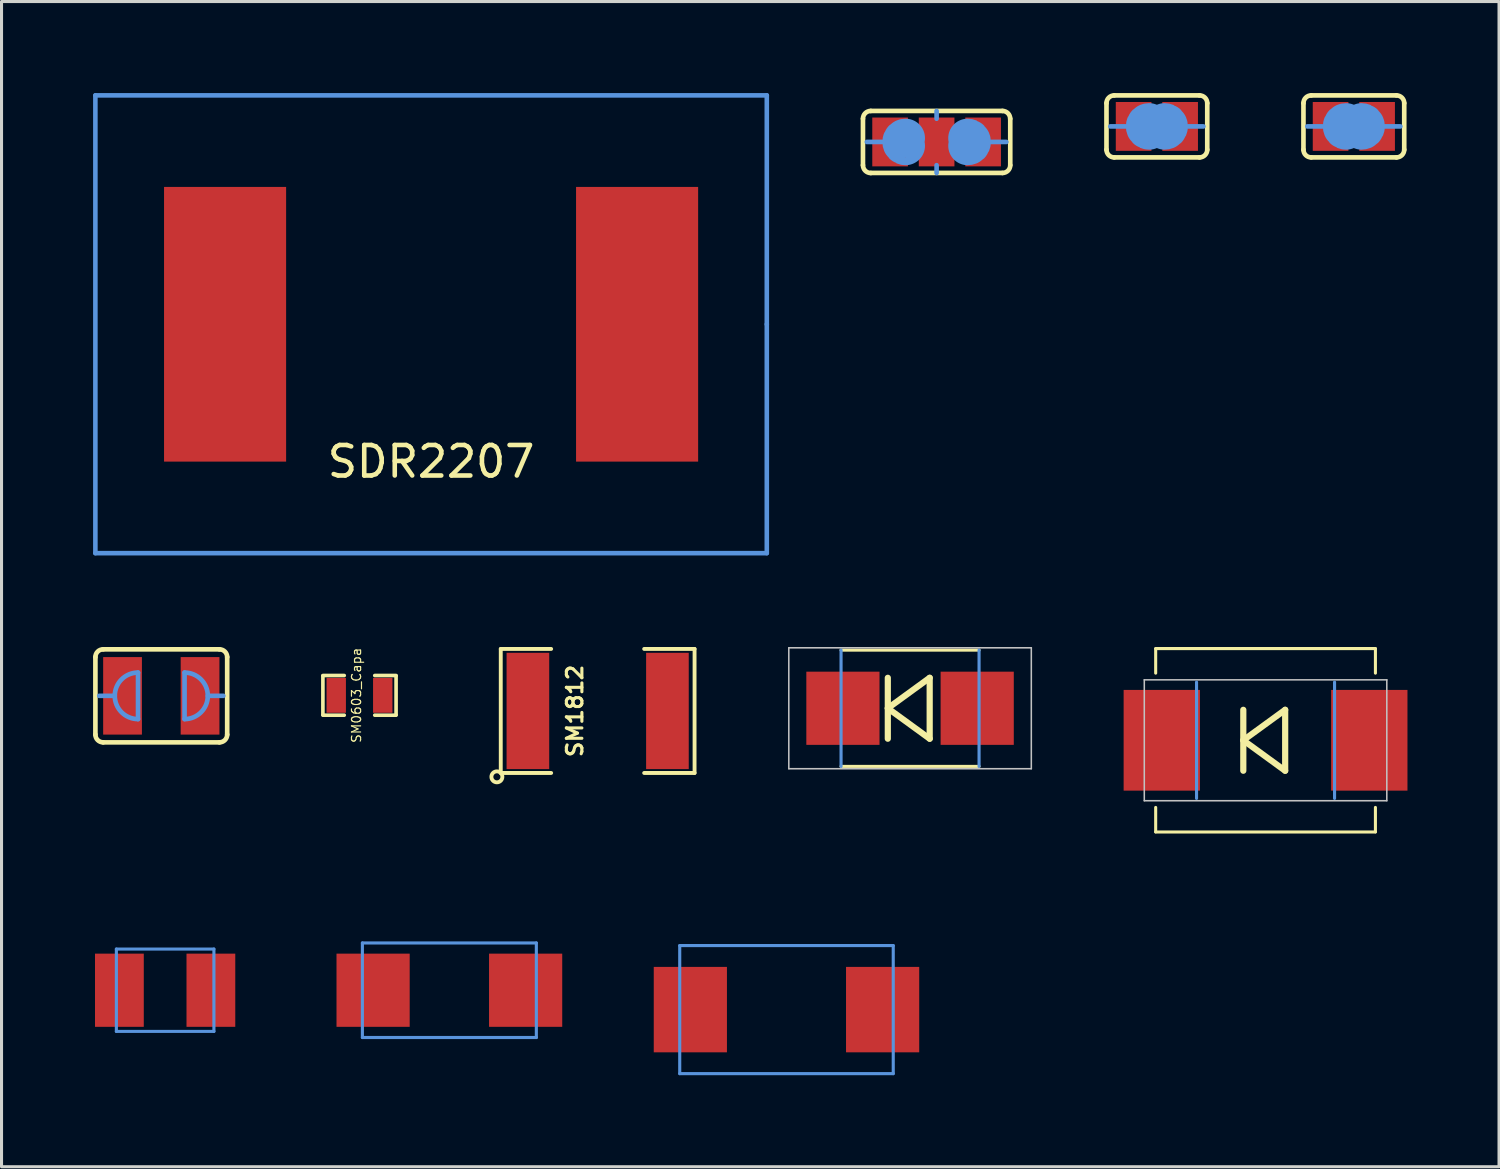
<source format=kicad_pcb>
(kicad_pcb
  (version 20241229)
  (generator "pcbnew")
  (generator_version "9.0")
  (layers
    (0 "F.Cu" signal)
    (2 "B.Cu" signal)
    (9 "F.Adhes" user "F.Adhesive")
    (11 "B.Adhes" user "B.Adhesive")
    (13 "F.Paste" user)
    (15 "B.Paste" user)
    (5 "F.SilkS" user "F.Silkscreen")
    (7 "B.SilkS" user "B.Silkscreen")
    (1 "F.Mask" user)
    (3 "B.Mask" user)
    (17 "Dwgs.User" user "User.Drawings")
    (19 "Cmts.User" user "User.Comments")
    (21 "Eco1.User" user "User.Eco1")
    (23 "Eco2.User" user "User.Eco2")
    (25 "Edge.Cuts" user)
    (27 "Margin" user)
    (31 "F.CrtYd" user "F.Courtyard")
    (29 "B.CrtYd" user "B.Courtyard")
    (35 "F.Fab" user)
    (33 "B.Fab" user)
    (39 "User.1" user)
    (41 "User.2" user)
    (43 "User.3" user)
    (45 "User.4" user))
  (footprint "SJ_WIDE"
    (layer "F.Cu")
    (at 2.235 19.75)
    (property "Reference" "SJ_WIDE" (at 0.05 1.15 0) (layer "Eco1.User") (effects (font (size 0.3 0.3) (thickness 0.075))))
    (attr through_hole)
    (fp_line (start -2.159 1.27) (end -2.159 -1.27) (stroke (width 0.152) (type solid)) (layer "F.SilkS"))
    (fp_line (start -1.905 -1.524) (end 1.905 -1.524) (stroke (width 0.152) (type solid)) (layer "F.SilkS"))
    (fp_line (start 1.905 1.524) (end -1.905 1.524) (stroke (width 0.152) (type solid)) (layer "F.SilkS"))
    (fp_line (start 2.159 1.27) (end 2.159 -1.27) (stroke (width 0.152) (type solid)) (layer "F.SilkS"))
    (fp_arc (start -2.159 -1.27) (mid -2.084605 -1.449605) (end -1.905 -1.524) (stroke (width 0.1524) (type solid)) (layer "F.SilkS"))
    (fp_arc (start -1.905 1.524) (mid -2.084605 1.449605) (end -2.159 1.27) (stroke (width 0.1524) (type solid)) (layer "F.SilkS"))
    (fp_arc (start 1.905 -1.524) (mid 2.084605 -1.449605) (end 2.159 -1.27) (stroke (width 0.1524) (type solid)) (layer "F.SilkS"))
    (fp_arc (start 2.159 1.27) (mid 2.084605 1.449605) (end 1.905 1.524) (stroke (width 0.1524) (type solid)) (layer "F.SilkS"))
    (fp_line (start -1.524 0) (end -2.032 0) (stroke (width 0.152) (type solid)) (layer "Cmts.User"))
    (fp_line (start -0.762 -0.762) (end -0.762 0.762) (stroke (width 0.152) (type solid)) (layer "Cmts.User"))
    (fp_line (start 0.762 -0.762) (end 0.762 0.762) (stroke (width 0.152) (type solid)) (layer "Cmts.User"))
    (fp_line (start 1.524 0) (end 2.032 0) (stroke (width 0.152) (type solid)) (layer "Cmts.User"))
    (fp_arc (start -0.762 0.762) (mid -1.524 0) (end -0.762 -0.762) (stroke (width 0.1524) (type solid)) (layer "Cmts.User"))
    (fp_arc (start 0.762 -0.762) (mid 1.524 0) (end 0.762 0.762) (stroke (width 0.1524) (type solid)) (layer "Cmts.User"))
    (pad "1" smd rect (at -1.27 0) (size 1.27 2.54) (layers "F.Cu" "F.Mask"))
    (pad "2" smd rect (at 1.27 0) (size 1.27 2.54) (layers "F.Cu" "F.Mask")))
  (footprint "SJ_OPEN"
    (layer "F.Cu")
    (at 34.856 1.092)
    (property "Reference" "SJ_OPEN" (at 0 0.7 0) (layer "Eco1.User") (effects (font (size 0.254 0.254) (thickness 0.064))))
    (attr through_hole)
    (fp_line (start -1.651 0.762) (end -1.651 -0.762) (stroke (width 0.152) (type solid)) (layer "F.SilkS"))
    (fp_line (start -1.397 -1.016) (end 1.397 -1.016) (stroke (width 0.152) (type solid)) (layer "F.SilkS"))
    (fp_line (start 1.397 1.016) (end -1.397 1.016) (stroke (width 0.152) (type solid)) (layer "F.SilkS"))
    (fp_line (start 1.651 0.762) (end 1.651 -0.762) (stroke (width 0.152) (type solid)) (layer "F.SilkS"))
    (fp_arc (start -1.651 -0.762) (mid -1.576605 -0.941605) (end -1.397 -1.016) (stroke (width 0.1524) (type solid)) (layer "F.SilkS"))
    (fp_arc (start -1.397 1.016) (mid -1.576605 0.941605) (end -1.651 0.762) (stroke (width 0.1524) (type solid)) (layer "F.SilkS"))
    (fp_arc (start 1.397 -1.016) (mid 1.576605 -0.941605) (end 1.651 -0.762) (stroke (width 0.1524) (type solid)) (layer "F.SilkS"))
    (fp_arc (start 1.651 0.762) (mid 1.576605 0.941605) (end 1.397 1.016) (stroke (width 0.1524) (type solid)) (layer "F.SilkS"))
    (fp_line (start -1.016 0) (end -1.524 0) (stroke (width 0.152) (type solid)) (layer "Cmts.User"))
    (fp_line (start 1.016 0) (end 1.524 0) (stroke (width 0.152) (type solid)) (layer "Cmts.User"))
    (fp_arc (start -0.254 0.127) (mid -0.381 0) (end -0.254 -0.127) (stroke (width 1.27) (type solid)) (layer "Cmts.User"))
    (fp_arc (start 0.254 -0.127) (mid 0.381 0) (end 0.254 0.127) (stroke (width 1.27) (type solid)) (layer "Cmts.User"))
    (pad "1" smd rect (at -0.762 0) (size 1.168 1.6) (layers "F.Cu" "F.Mask"))
    (pad "2" smd rect (at 0.762 0) (size 1.168 1.6) (layers "F.Cu" "F.Mask")))
  (footprint "SMB-DIODE"
    (layer "F.Cu")
    (at 26.769 20.157)
    (property "Reference" "SMB-DIODE" (at 0 -1.5 0) (layer "Eco1.User") (effects (font (size 0.25 0.25) (thickness 0.062))))
    (attr through_hole)
    (fp_line (start -2.261 -1.905) (end 2.261 -1.905) (stroke (width 0.102) (type solid)) (layer "F.SilkS"))
    (fp_line (start -2.261 1.905) (end 2.261 1.905) (stroke (width 0.102) (type solid)) (layer "F.SilkS"))
    (fp_line (start -0.729 -0.998) (end -0.729 0.998) (stroke (width 0.203) (type solid)) (layer "F.SilkS"))
    (fp_line (start -0.729 0) (end 0.643 0.998) (stroke (width 0.203) (type solid)) (layer "F.SilkS"))
    (fp_line (start 0.643 -0.998) (end -0.729 0) (stroke (width 0.203) (type solid)) (layer "F.SilkS"))
    (fp_line (start 0.643 0.998) (end 0.643 -0.998) (stroke (width 0.203) (type solid)) (layer "F.SilkS"))
    (fp_line (start -3.973 -1.981) (end 3.973 -1.981) (stroke (width 0.051) (type solid)) (layer "Dwgs.User"))
    (fp_line (start -3.973 1.981) (end -3.973 -1.981) (stroke (width 0.051) (type solid)) (layer "Dwgs.User"))
    (fp_line (start 3.973 -1.981) (end 3.973 1.981) (stroke (width 0.051) (type solid)) (layer "Dwgs.User"))
    (fp_line (start 3.973 1.981) (end -3.973 1.981) (stroke (width 0.051) (type solid)) (layer "Dwgs.User"))
    (fp_line (start -2.261 1.905) (end -2.261 -1.905) (stroke (width 0.102) (type solid)) (layer "Cmts.User"))
    (fp_line (start 2.261 1.905) (end 2.261 -1.905) (stroke (width 0.102) (type solid)) (layer "Cmts.User"))
    (pad "A" smd rect (at 2.2 0) (size 2.398 2.398) (layers "F.Cu" "F.Mask" "F.Paste"))
    (pad "K" smd rect (at -2.2 0) (size 2.398 2.398) (layers "F.Cu" "F.Mask" "F.Paste")))
  (footprint "SDR2207"
    (layer "F.Cu")
    (at 11.075 7.575)
    (property "Reference" "SDR2207" (at 0 4.5 0) (layer "F.SilkS") (effects (font (size 1 1) (thickness 0.15))))
    (attr through_hole)
    (fp_line (start -11 -7.5) (end -11 7.5) (stroke (width 0.15) (type solid)) (layer "Cmts.User"))
    (fp_line (start -11 7.5) (end 11 7.5) (stroke (width 0.15) (type solid)) (layer "Cmts.User"))
    (fp_line (start 11 -7.5) (end -11 -7.5) (stroke (width 0.15) (type solid)) (layer "Cmts.User"))
    (fp_line (start 11 0) (end 11 -7.5) (stroke (width 0.15) (type solid)) (layer "Cmts.User"))
    (fp_line (start 11 7.5) (end 11 0) (stroke (width 0.15) (type solid)) (layer "Cmts.User"))
    (pad "1" smd rect (at 6.75 0) (size 4 9) (layers "F.Cu" "F.Mask" "F.Paste"))
    (pad "2" smd rect (at -6.75 0) (size 4 9) (layers "F.Cu" "F.Mask" "F.Paste")))
  (footprint "SJ_2"
    (layer "F.Cu")
    (at 27.639 1.601)
    (property "Reference" "SJ_2" (at 0.127 -0.635 0) (layer "Eco1.User") (effects (font (size 1.27 1.27) (thickness 0.127))))
    (attr through_hole)
    (fp_line (start -2.413 0.762) (end -2.413 -0.762) (stroke (width 0.152) (type solid)) (layer "F.SilkS"))
    (fp_line (start -2.159 -1.016) (end 2.159 -1.016) (stroke (width 0.152) (type solid)) (layer "F.SilkS"))
    (fp_line (start 2.159 1.016) (end -2.159 1.016) (stroke (width 0.152) (type solid)) (layer "F.SilkS"))
    (fp_line (start 2.413 0.762) (end 2.413 -0.762) (stroke (width 0.152) (type solid)) (layer "F.SilkS"))
    (fp_arc (start -2.413 -0.762) (mid -2.338605 -0.941605) (end -2.159 -1.016) (stroke (width 0.1524) (type solid)) (layer "F.SilkS"))
    (fp_arc (start -2.15646 1.01854) (mid -2.337861 0.943401) (end -2.413 0.762) (stroke (width 0.1524) (type solid)) (layer "F.SilkS"))
    (fp_arc (start 2.159 -1.016) (mid 2.337861 -0.939809) (end 2.41046 -0.75946) (stroke (width 0.1524) (type solid)) (layer "F.SilkS"))
    (fp_arc (start 2.413 0.762) (mid 2.338605 0.941605) (end 2.159 1.016) (stroke (width 0.1524) (type solid)) (layer "F.SilkS"))
    (fp_line (start -1.778 0) (end -2.286 0) (stroke (width 0.152) (type solid)) (layer "Cmts.User"))
    (fp_line (start 0 -0.762) (end 0 -1.016) (stroke (width 0.152) (type solid)) (layer "Cmts.User"))
    (fp_line (start 0 1.016) (end 0 0.762) (stroke (width 0.152) (type solid)) (layer "Cmts.User"))
    (fp_line (start 1.778 0) (end 2.286 0) (stroke (width 0.152) (type solid)) (layer "Cmts.User"))
    (fp_arc (start -1.016 0.127) (mid -1.143 0) (end -1.016 -0.127) (stroke (width 1.27) (type solid)) (layer "Cmts.User"))
    (fp_arc (start 1.016 -0.127) (mid 1.143 0) (end 1.016 0.127) (stroke (width 1.27) (type solid)) (layer "Cmts.User"))
    (pad "1" smd rect (at -1.524 0) (size 1.168 1.6) (layers "F.Cu" "F.Mask"))
    (pad "2" smd rect (at 0 0) (size 1.168 1.6) (layers "F.Cu" "F.Mask"))
    (pad "3" smd rect (at 1.524 0) (size 1.168 1.6) (layers "F.Cu" "F.Mask")))
  (footprint "SMC_E"
    (layer "F.Cu")
    (at 22.72 30.031)
    (property "Reference" "SMC_E" (at -0.508 -2.032 0) (layer "Eco1.User") (effects (font (size 1.016 1.016) (thickness 0.081))))
    (attr through_hole)
    (fp_line (start -3.498 -2.098) (end 3.498 -2.098) (stroke (width 0.102) (type solid)) (layer "Cmts.User"))
    (fp_line (start -3.498 2.098) (end -3.498 -2.098) (stroke (width 0.102) (type solid)) (layer "Cmts.User"))
    (fp_line (start 3.498 -2.098) (end 3.498 2.098) (stroke (width 0.102) (type solid)) (layer "Cmts.User"))
    (fp_line (start 3.498 2.098) (end -3.498 2.098) (stroke (width 0.102) (type solid)) (layer "Cmts.User"))
    (pad "+" smd rect (at -3.15 0) (size 2.398 2.799) (layers "F.Cu" "F.Mask" "F.Paste"))
    (pad "-" smd rect (at 3.15 0 180) (size 2.398 2.799) (layers "F.Cu" "F.Mask" "F.Paste")))
  (footprint "SJ_SHORTED"
    (layer "F.Cu")
    (at 41.31 1.092)
    (property "Reference" "SJ_SHORTED" (at 0 -0.5 0) (layer "Eco1.User") (effects (font (size 0.254 0.254) (thickness 0.064))))
    (attr through_hole)
    (fp_line (start -0.762 0) (end 0.762 0) (stroke (width 0.381) (type solid)) (layer "F.Cu"))
    (fp_line (start -0.3 0) (end 0.3 0) (stroke (width 1.6) (type solid)) (layer "F.Mask"))
    (fp_line (start -1.651 0.762) (end -1.651 -0.762) (stroke (width 0.152) (type solid)) (layer "F.SilkS"))
    (fp_line (start -1.397 -1.016) (end 1.397 -1.016) (stroke (width 0.152) (type solid)) (layer "F.SilkS"))
    (fp_line (start 1.397 1.016) (end -1.397 1.016) (stroke (width 0.152) (type solid)) (layer "F.SilkS"))
    (fp_line (start 1.651 0.762) (end 1.651 -0.762) (stroke (width 0.152) (type solid)) (layer "F.SilkS"))
    (fp_arc (start -1.651 -0.762) (mid -1.576605 -0.941605) (end -1.397 -1.016) (stroke (width 0.1524) (type solid)) (layer "F.SilkS"))
    (fp_arc (start -1.397 1.016) (mid -1.576605 0.941605) (end -1.651 0.762) (stroke (width 0.1524) (type solid)) (layer "F.SilkS"))
    (fp_arc (start 1.397 -1.016) (mid 1.576605 -0.941605) (end 1.651 -0.762) (stroke (width 0.1524) (type solid)) (layer "F.SilkS"))
    (fp_arc (start 1.651 0.762) (mid 1.576605 0.941605) (end 1.397 1.016) (stroke (width 0.1524) (type solid)) (layer "F.SilkS"))
    (fp_line (start -1.016 0) (end -1.524 0) (stroke (width 0.152) (type solid)) (layer "Cmts.User"))
    (fp_line (start 1.016 0) (end 1.524 0) (stroke (width 0.152) (type solid)) (layer "Cmts.User"))
    (fp_arc (start -0.254 0.127) (mid -0.381 0) (end -0.254 -0.127) (stroke (width 1.27) (type solid)) (layer "Cmts.User"))
    (fp_arc (start 0.254 -0.127) (mid 0.381 0) (end 0.254 0.127) (stroke (width 1.27) (type solid)) (layer "Cmts.User"))
    (pad "1" smd rect (at -0.762 0) (size 1.168 1.6) (layers "F.Cu" "F.Mask"))
    (pad "2" smd rect (at 0.762 0) (size 1.168 1.6) (layers "F.Cu" "F.Mask")))
  (footprint "SMC_B"
    (layer "F.Cu")
    (at 2.361 29.396)
    (property "Reference" "SMC_B" (at 0.127 -1.397 0) (layer "Eco1.User") (effects (font (size 1.016 1.016) (thickness 0.081))))
    (attr through_hole)
    (fp_line (start -1.598 -1.349) (end 1.598 -1.349) (stroke (width 0.102) (type solid)) (layer "Cmts.User"))
    (fp_line (start -1.598 1.349) (end -1.598 -1.349) (stroke (width 0.102) (type solid)) (layer "Cmts.User"))
    (fp_line (start 1.598 -1.349) (end 1.598 1.349) (stroke (width 0.102) (type solid)) (layer "Cmts.User"))
    (fp_line (start 1.598 1.349) (end -1.598 1.349) (stroke (width 0.102) (type solid)) (layer "Cmts.User"))
    (pad "+" smd rect (at -1.499 0) (size 1.598 2.398) (layers "F.Cu" "F.Mask" "F.Paste"))
    (pad "-" smd rect (at 1.499 0 180) (size 1.598 2.398) (layers "F.Cu" "F.Mask" "F.Paste")))
  (footprint "SM0603_Capa"
    (layer "F.Cu")
    (at 8.729 19.734)
    (property "Reference" "SM0603_Capa" (at -0.1 0 90) (layer "F.SilkS") (effects (font (size 0.3 0.3) (thickness 0.038))))
    (attr smd)
    (fp_line (start -1.199 -0.65) (end -0.5 -0.65) (stroke (width 0.119) (type solid)) (layer "F.SilkS"))
    (fp_line (start -1.199 0.635) (end -1.199 -0.635) (stroke (width 0.119) (type solid)) (layer "F.SilkS"))
    (fp_line (start -0.5 0.65) (end -1.199 0.65) (stroke (width 0.119) (type solid)) (layer "F.SilkS"))
    (fp_line (start 0.5 -0.65) (end 1.199 -0.65) (stroke (width 0.119) (type solid)) (layer "F.SilkS"))
    (fp_line (start 0.5 0.65) (end 1.199 0.65) (stroke (width 0.119) (type solid)) (layer "F.SilkS"))
    (fp_line (start 1.199 -0.635) (end 1.199 0.635) (stroke (width 0.119) (type solid)) (layer "F.SilkS"))
    (pad "1" smd rect (at -0.762 0) (size 0.635 1.143) (layers "F.Cu" "F.Mask" "F.Paste"))
    (pad "2" smd rect (at 0.762 0) (size 0.635 1.143) (layers "F.Cu" "F.Mask" "F.Paste")))
  (footprint "SMC-DIODE"
    (layer "F.Cu")
    (at 38.417 21.206)
    (property "Reference" "SMC-DIODE" (at 0 -1.5 0) (layer "Eco1.User") (effects (font (size 0.25 0.25) (thickness 0.062))))
    (attr through_hole)
    (fp_line (start -3.6 -3.005) (end 3.6 -3.005) (stroke (width 0.102) (type solid)) (layer "F.SilkS"))
    (fp_line (start -3.6 -3) (end -3.6 -2.2) (stroke (width 0.1) (type solid)) (layer "F.SilkS"))
    (fp_line (start -3.6 3) (end -3.6 2.2) (stroke (width 0.1) (type solid)) (layer "F.SilkS"))
    (fp_line (start -3.6 3.005) (end 3.6 3.005) (stroke (width 0.102) (type solid)) (layer "F.SilkS"))
    (fp_line (start -0.729 -0.998) (end -0.729 0.998) (stroke (width 0.203) (type solid)) (layer "F.SilkS"))
    (fp_line (start -0.729 0) (end 0.643 0.998) (stroke (width 0.203) (type solid)) (layer "F.SilkS"))
    (fp_line (start 0.643 -0.998) (end -0.729 0) (stroke (width 0.203) (type solid)) (layer "F.SilkS"))
    (fp_line (start 0.643 0.998) (end 0.643 -0.998) (stroke (width 0.203) (type solid)) (layer "F.SilkS"))
    (fp_line (start 3.6 -3) (end 3.6 -2.2) (stroke (width 0.1) (type solid)) (layer "F.SilkS"))
    (fp_line (start 3.6 3) (end 3.6 2.2) (stroke (width 0.1) (type solid)) (layer "F.SilkS"))
    (fp_line (start -3.973 -1.981) (end 3.973 -1.981) (stroke (width 0.051) (type solid)) (layer "Dwgs.User"))
    (fp_line (start -3.973 1.981) (end -3.973 -1.981) (stroke (width 0.051) (type solid)) (layer "Dwgs.User"))
    (fp_line (start 3.973 -1.981) (end 3.973 1.981) (stroke (width 0.051) (type solid)) (layer "Dwgs.User"))
    (fp_line (start 3.973 1.981) (end -3.973 1.981) (stroke (width 0.051) (type solid)) (layer "Dwgs.User"))
    (fp_line (start -2.261 1.905) (end -2.261 -1.905) (stroke (width 0.102) (type solid)) (layer "Cmts.User"))
    (fp_line (start 2.261 1.905) (end 2.261 -1.905) (stroke (width 0.102) (type solid)) (layer "Cmts.User"))
    (pad "A" smd rect (at 3.4 0) (size 2.5 3.3) (layers "F.Cu" "F.Mask" "F.Paste"))
    (pad "K" smd rect (at -3.4 0) (size 2.5 3.3) (layers "F.Cu" "F.Mask" "F.Paste")))
  (footprint "SMC_C"
    (layer "F.Cu")
    (at 11.674 29.396)
    (property "Reference" "SMC_C" (at 0.127 -1.397 0) (layer "Eco1.User") (effects (font (size 1.016 1.016) (thickness 0.081))))
    (attr through_hole)
    (fp_line (start -2.85 -1.549) (end 2.85 -1.549) (stroke (width 0.102) (type solid)) (layer "Cmts.User"))
    (fp_line (start -2.85 1.549) (end -2.85 -1.549) (stroke (width 0.102) (type solid)) (layer "Cmts.User"))
    (fp_line (start 2.85 -1.549) (end 2.85 1.549) (stroke (width 0.102) (type solid)) (layer "Cmts.User"))
    (fp_line (start 2.85 1.549) (end -2.85 1.549) (stroke (width 0.102) (type solid)) (layer "Cmts.User"))
    (pad "+" smd rect (at -2.499 0) (size 2.398 2.398) (layers "F.Cu" "F.Mask" "F.Paste"))
    (pad "-" smd rect (at 2.499 0 180) (size 2.398 2.398) (layers "F.Cu" "F.Mask" "F.Paste")))
  (footprint "SM1812"
    (layer "F.Cu")
    (at 16.533 20.245)
    (property "Reference" "SM1812" (at -0.747 0 90) (layer "F.SilkS") (effects (font (size 0.508 0.508) (thickness 0.102))))
    (attr smd)
    (fp_line (start -3.175 -2.032) (end -3.175 2.032) (stroke (width 0.127) (type solid)) (layer "F.SilkS"))
    (fp_line (start -3.175 2.032) (end -1.524 2.032) (stroke (width 0.127) (type solid)) (layer "F.SilkS"))
    (fp_line (start -1.524 -2.032) (end -3.175 -2.032) (stroke (width 0.127) (type solid)) (layer "F.SilkS"))
    (fp_line (start 1.524 2.032) (end 3.175 2.032) (stroke (width 0.127) (type solid)) (layer "F.SilkS"))
    (fp_line (start 3.175 -2.032) (end 1.524 -2.032) (stroke (width 0.127) (type solid)) (layer "F.SilkS"))
    (fp_line (start 3.175 2.032) (end 3.175 -2.032) (stroke (width 0.127) (type solid)) (layer "F.SilkS"))
    (fp_circle (center -3.302 2.159) (end -3.175 2.032) (stroke (width 0.127) (type solid)) (fill no) (layer "F.SilkS"))
    (pad "1" smd rect (at -2.286 0) (size 1.397 3.81) (layers "F.Cu" "F.Mask" "F.Paste"))
    (pad "2" smd rect (at 2.286 0) (size 1.397 3.81) (layers "F.Cu" "F.Mask" "F.Paste")))
  (gr_rect
    (start -3 -3)
    (end 46.067 35.179)
    (stroke (width 0.1) (type default))
    (fill no)
    (layer "Edge.Cuts")))
</source>
